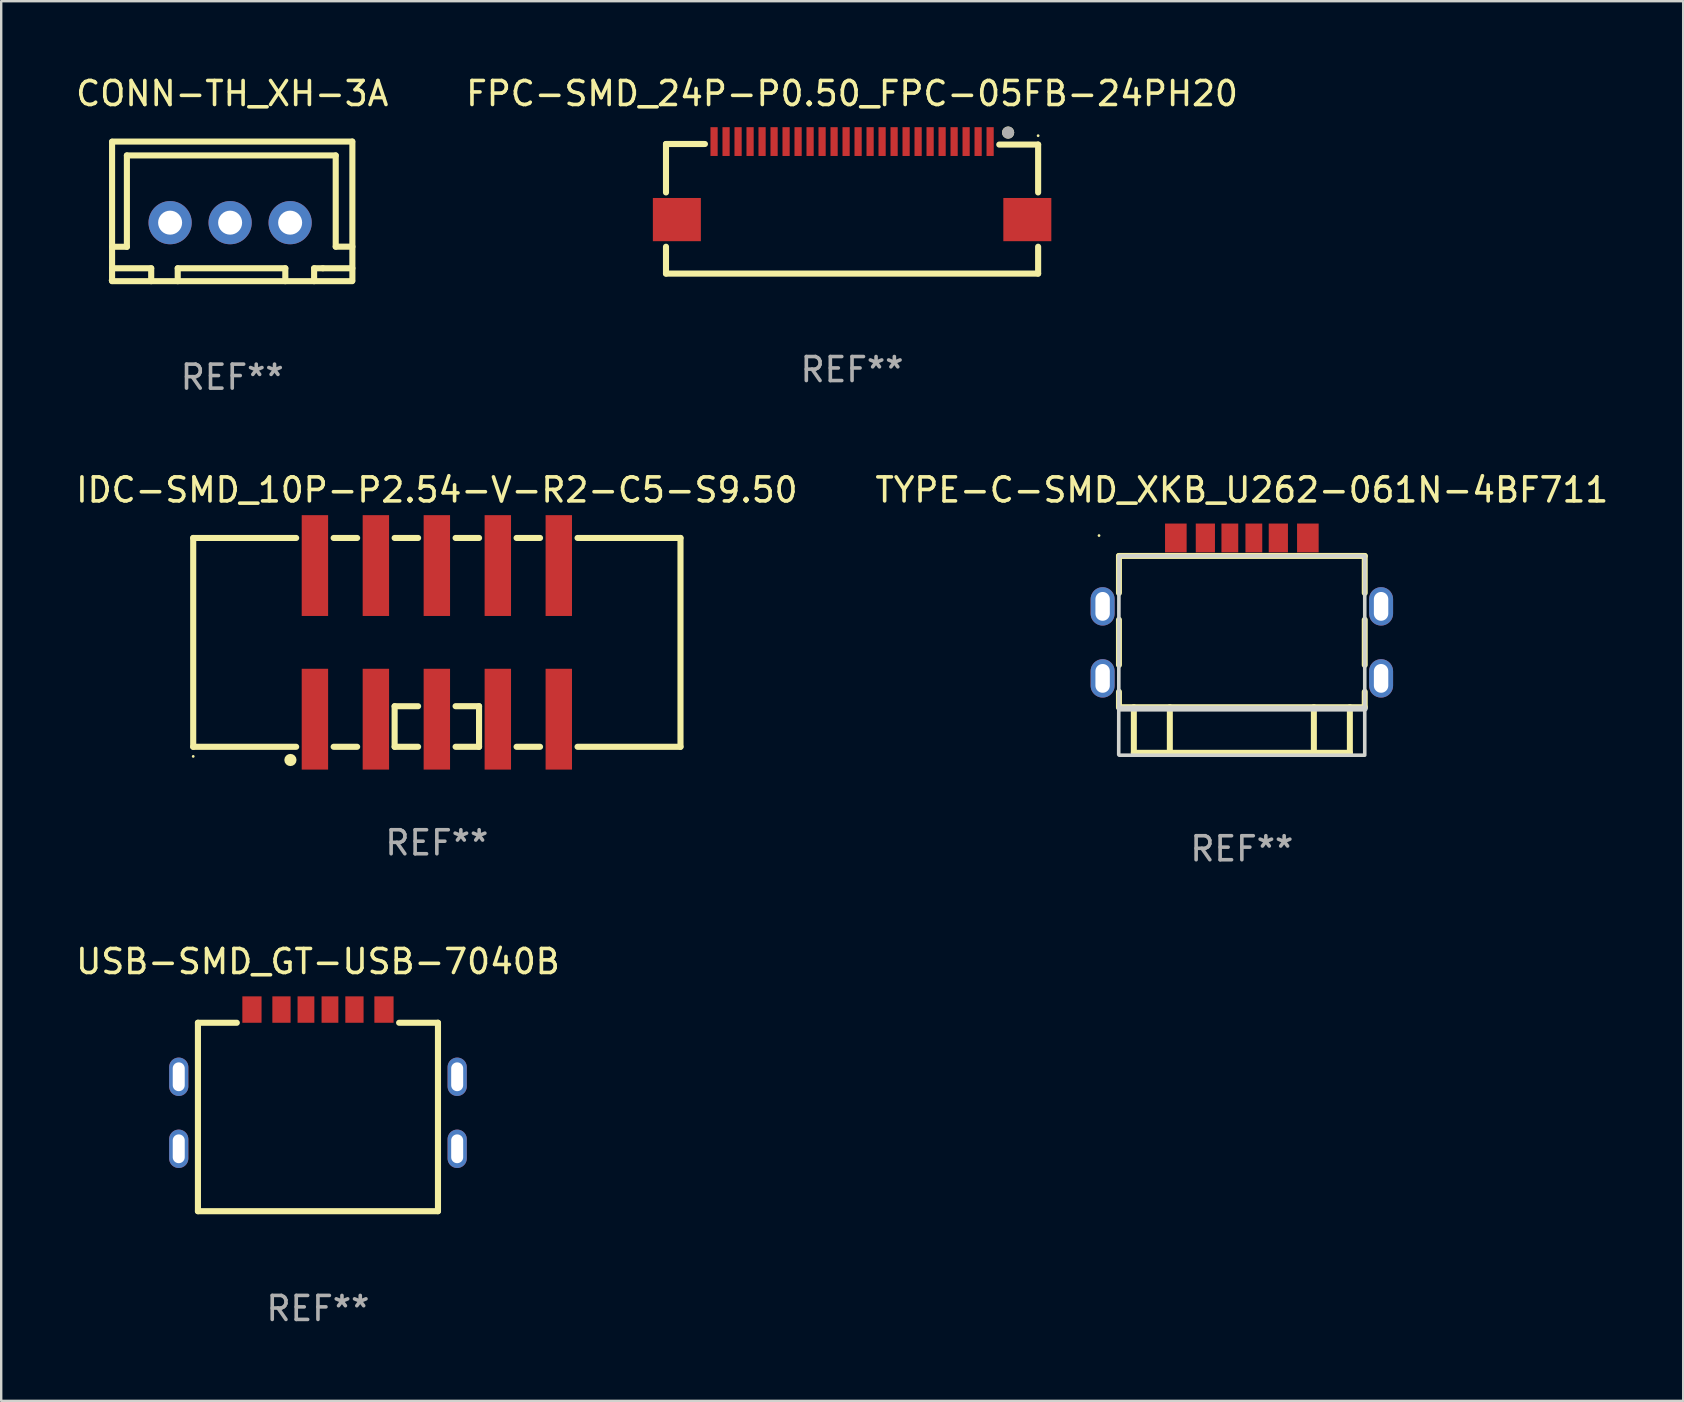
<source format=kicad_pcb>
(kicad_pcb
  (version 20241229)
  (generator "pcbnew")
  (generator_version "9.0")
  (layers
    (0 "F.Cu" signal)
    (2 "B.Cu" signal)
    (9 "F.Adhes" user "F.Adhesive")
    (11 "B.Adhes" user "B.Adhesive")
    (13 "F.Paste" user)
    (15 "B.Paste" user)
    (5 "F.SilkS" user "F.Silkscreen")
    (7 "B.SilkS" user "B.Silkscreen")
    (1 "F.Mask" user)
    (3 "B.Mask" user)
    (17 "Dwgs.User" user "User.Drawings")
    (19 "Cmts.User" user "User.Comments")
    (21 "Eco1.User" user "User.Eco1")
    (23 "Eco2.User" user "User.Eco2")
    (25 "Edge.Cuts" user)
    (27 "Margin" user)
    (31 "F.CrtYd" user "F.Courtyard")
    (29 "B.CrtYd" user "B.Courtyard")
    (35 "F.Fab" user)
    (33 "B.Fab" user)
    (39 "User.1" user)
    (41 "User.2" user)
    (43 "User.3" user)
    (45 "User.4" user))
  (footprint "IDC-SMD_10P-P2.54-V-R2-C5-S9.50"
    (layer "F.Cu")
    (at 15.149 23.711)
    (property "Reference" "IDC-SMD_10P-P2.54-V-R2-C5-S9.50" (at 0.000013 -6.35 0) (layer "F.SilkS") (effects (font (size 1 1) (thickness 0.15))))
    (attr smd)
    (fp_line (start -10.15 -4.35) (end -10.15 4.35) (stroke (width 0.254) (type solid)) (layer "F.SilkS"))
    (fp_line (start -10.15 4.35) (end -5.861 4.35) (stroke (width 0.254) (type solid)) (layer "F.SilkS"))
    (fp_line (start -5.861 -4.35) (end -10.15 -4.35) (stroke (width 0.254) (type solid)) (layer "F.SilkS"))
    (fp_line (start -4.299 4.35) (end -3.321 4.35) (stroke (width 0.254) (type solid)) (layer "F.SilkS"))
    (fp_line (start -3.321 -4.35) (end -4.299 -4.35) (stroke (width 0.254) (type solid)) (layer "F.SilkS"))
    (fp_line (start -1.759 2.66) (end -0.781 2.66) (stroke (width 0.254) (type solid)) (layer "F.SilkS"))
    (fp_line (start -1.759 4.35) (end -1.759 2.66) (stroke (width 0.254) (type solid)) (layer "F.SilkS"))
    (fp_line (start -1.759 4.35) (end -0.781 4.35) (stroke (width 0.254) (type solid)) (layer "F.SilkS"))
    (fp_line (start -0.781 -4.35) (end -1.759 -4.35) (stroke (width 0.254) (type solid)) (layer "F.SilkS"))
    (fp_line (start 0.78 2.659) (end 1.758 2.659) (stroke (width 0.254) (type solid)) (layer "F.SilkS"))
    (fp_line (start 0.781 4.35) (end 1.759 4.35) (stroke (width 0.254) (type solid)) (layer "F.SilkS"))
    (fp_line (start 1.758 2.659) (end 1.758 4.351) (stroke (width 0.254) (type solid)) (layer "F.SilkS"))
    (fp_line (start 1.759 -4.35) (end 0.781 -4.35) (stroke (width 0.254) (type solid)) (layer "F.SilkS"))
    (fp_line (start 3.321 4.35) (end 4.299 4.35) (stroke (width 0.254) (type solid)) (layer "F.SilkS"))
    (fp_line (start 4.299 -4.35) (end 3.321 -4.35) (stroke (width 0.254) (type solid)) (layer "F.SilkS"))
    (fp_line (start 5.861 4.35) (end 10.15 4.35) (stroke (width 0.254) (type solid)) (layer "F.SilkS"))
    (fp_line (start 10.15 -4.35) (end 5.861 -4.35) (stroke (width 0.254) (type solid)) (layer "F.SilkS"))
    (fp_line (start 10.15 4.35) (end 10.15 -4.35) (stroke (width 0.254) (type solid)) (layer "F.SilkS"))
    (fp_circle (center -10.15 4.75) (end -10.12 4.75) (stroke (width 0.06) (type solid)) (fill no) (layer "F.SilkS"))
    (fp_circle (center -6.1 4.9) (end -5.973 4.9) (stroke (width 0.254) (type solid)) (fill no) (layer "F.SilkS"))
    (fp_text user "REF**" (at 0.000013 8.351 0) (layer "F.Fab") (effects (font (size 1 1) (thickness 0.15))))
    (pad "1" smd rect (at -5.08 3.2 90) (size 4.2 1.1) (layers "F.Cu" "F.Mask" "F.Paste"))
    (pad "2" smd rect (at -5.08 -3.2 90) (size 4.2 1.1) (layers "F.Cu" "F.Mask" "F.Paste"))
    (pad "3" smd rect (at -2.54 3.2 90) (size 4.2 1.1) (layers "F.Cu" "F.Mask" "F.Paste"))
    (pad "4" smd rect (at -2.54 -3.2 90) (size 4.2 1.1) (layers "F.Cu" "F.Mask" "F.Paste"))
    (pad "5" smd rect (at -0.000254 3.2 90) (size 4.2 1.1) (layers "F.Cu" "F.Mask" "F.Paste"))
    (pad "6" smd rect (at 0 -3.2 90) (size 4.2 1.1) (layers "F.Cu" "F.Mask" "F.Paste"))
    (pad "7" smd rect (at 2.54 3.2 90) (size 4.2 1.1) (layers "F.Cu" "F.Mask" "F.Paste"))
    (pad "8" smd rect (at 2.54 -3.2 90) (size 4.2 1.1) (layers "F.Cu" "F.Mask" "F.Paste"))
    (pad "9" smd rect (at 5.08 3.2 90) (size 4.2 1.1) (layers "F.Cu" "F.Mask" "F.Paste"))
    (pad "10" smd rect (at 5.08 -3.2 90) (size 4.2 1.1) (layers "F.Cu" "F.Mask" "F.Paste")))
  (footprint "USB-SMD_GT-USB-7040B"
    (layer "F.Cu")
    (at 10.196 41.908)
    (property "Reference" "USB-SMD_GT-USB-7040B" (at 0 -4.9 0) (layer "F.SilkS") (effects (font (size 1 1) (thickness 0.15))))
    (attr through_hole)
    (fp_line (start -5 -2.35) (end -3.381 -2.35) (stroke (width 0.254) (type solid)) (layer "F.SilkS"))
    (fp_line (start -5 5.5) (end -5 -2.35) (stroke (width 0.254) (type solid)) (layer "F.SilkS"))
    (fp_line (start 3.381 -2.35) (end 5 -2.35) (stroke (width 0.254) (type solid)) (layer "F.SilkS"))
    (fp_line (start 5 -2.35) (end 5 5.5) (stroke (width 0.254) (type solid)) (layer "F.SilkS"))
    (fp_line (start 5 5.5) (end -5 5.5) (stroke (width 0.254) (type solid)) (layer "F.SilkS"))
    (fp_text user "REF**" (at 0 9.554 0) (layer "F.Fab") (effects (font (size 1 1) (thickness 0.15))))
    (pad "1" thru_hole oval (at -5.8 -0.1) (size 0.8 1.6) (drill oval 0.5 1.2) (layers "*.Cu" "*.Mask"))
    (pad "2" thru_hole oval (at 5.8 -0.1) (size 0.8 1.6) (drill oval 0.5 1.2) (layers "*.Cu" "*.Mask"))
    (pad "3" thru_hole oval (at -5.8 2.9) (size 0.8 1.6) (drill oval 0.5 1.2) (layers "*.Cu" "*.Mask"))
    (pad "4" thru_hole oval (at 5.8 2.9) (size 0.8 1.6) (drill oval 0.5 1.2) (layers "*.Cu" "*.Mask"))
    (pad "A5" smd rect (at -0.5 -2.9) (size 0.7 1.1) (layers "F.Cu" "F.Mask" "F.Paste"))
    (pad "A9" smd rect (at 1.52 -2.9) (size 0.76 1.1) (layers "F.Cu" "F.Mask" "F.Paste"))
    (pad "A12" smd rect (at 2.75 -2.9) (size 0.8 1.1) (layers "F.Cu" "F.Mask" "F.Paste"))
    (pad "B5" smd rect (at 0.5 -2.9) (size 0.7 1.1) (layers "F.Cu" "F.Mask" "F.Paste"))
    (pad "B9" smd rect (at -1.52 -2.9) (size 0.76 1.1) (layers "F.Cu" "F.Mask" "F.Paste"))
    (pad "B12" smd rect (at -2.75 -2.9) (size 0.8 1.1) (layers "F.Cu" "F.Mask" "F.Paste")))
  (footprint "FPC-SMD_24P-P0.50_FPC-05FB-24PH20"
    (layer "F.Cu")
    (at 32.448 4.473)
    (property "Reference" "FPC-SMD_24P-P0.50_FPC-05FB-24PH20" (at -0.002 -3.625 0) (layer "F.SilkS") (effects (font (size 1 1) (thickness 0.15))))
    (attr smd)
    (fp_line (start -7.753 -1.524) (end -6.131 -1.524) (stroke (width 0.254) (type solid)) (layer "F.SilkS"))
    (fp_line (start -7.753 0.494) (end -7.753 -1.524) (stroke (width 0.254) (type solid)) (layer "F.SilkS"))
    (fp_line (start -7.753 3.875) (end -7.753 2.756) (stroke (width 0.254) (type solid)) (layer "F.SilkS"))
    (fp_line (start 7.75 -1.5) (end 6.131 -1.5) (stroke (width 0.254) (type solid)) (layer "F.SilkS"))
    (fp_line (start 7.75 0.494) (end 7.75 -1.5) (stroke (width 0.254) (type solid)) (layer "F.SilkS"))
    (fp_line (start 7.75 3.875) (end -7.753 3.875) (stroke (width 0.254) (type solid)) (layer "F.SilkS"))
    (fp_line (start 7.75 3.875) (end 7.75 2.756) (stroke (width 0.254) (type solid)) (layer "F.SilkS"))
    (fp_circle (center 6.5 -2) (end 6.627 -2) (stroke (width 0.254) (type solid)) (fill no) (layer "F.SilkS"))
    (fp_circle (center 7.75 -1.87) (end 7.78 -1.87) (stroke (width 0.06) (type solid)) (fill no) (layer "F.SilkS"))
    (fp_circle (center 6.5 -2) (end 6.627 -2) (stroke (width 0.254) (type solid)) (fill no) (layer "F.Fab"))
    (fp_text user "REF**" (at -0.002 7.875 0) (layer "F.Fab") (effects (font (size 1 1) (thickness 0.15))))
    (pad "1" smd rect (at 5.75 -1.625) (size 0.3 1.2) (layers "F.Cu" "F.Mask" "F.Paste"))
    (pad "2" smd rect (at 5.25 -1.625) (size 0.3 1.2) (layers "F.Cu" "F.Mask" "F.Paste"))
    (pad "3" smd rect (at 4.75 -1.625) (size 0.3 1.2) (layers "F.Cu" "F.Mask" "F.Paste"))
    (pad "4" smd rect (at 4.25 -1.625) (size 0.3 1.2) (layers "F.Cu" "F.Mask" "F.Paste"))
    (pad "5" smd rect (at 3.75 -1.625) (size 0.3 1.2) (layers "F.Cu" "F.Mask" "F.Paste"))
    (pad "6" smd rect (at 3.25 -1.625) (size 0.3 1.2) (layers "F.Cu" "F.Mask" "F.Paste"))
    (pad "7" smd rect (at 2.75 -1.625) (size 0.3 1.2) (layers "F.Cu" "F.Mask" "F.Paste"))
    (pad "8" smd rect (at 2.25 -1.625) (size 0.3 1.2) (layers "F.Cu" "F.Mask" "F.Paste"))
    (pad "9" smd rect (at 1.75 -1.625) (size 0.3 1.2) (layers "F.Cu" "F.Mask" "F.Paste"))
    (pad "10" smd rect (at 1.25 -1.625) (size 0.3 1.2) (layers "F.Cu" "F.Mask" "F.Paste"))
    (pad "11" smd rect (at 0.75 -1.625) (size 0.3 1.2) (layers "F.Cu" "F.Mask" "F.Paste"))
    (pad "12" smd rect (at 0.25 -1.625) (size 0.3 1.2) (layers "F.Cu" "F.Mask" "F.Paste"))
    (pad "13" smd rect (at -0.25 -1.625) (size 0.3 1.2) (layers "F.Cu" "F.Mask" "F.Paste"))
    (pad "14" smd rect (at -0.75 -1.625) (size 0.3 1.2) (layers "F.Cu" "F.Mask" "F.Paste"))
    (pad "15" smd rect (at -1.25 -1.625) (size 0.3 1.2) (layers "F.Cu" "F.Mask" "F.Paste"))
    (pad "16" smd rect (at -1.75 -1.625) (size 0.3 1.2) (layers "F.Cu" "F.Mask" "F.Paste"))
    (pad "17" smd rect (at -2.25 -1.625) (size 0.3 1.2) (layers "F.Cu" "F.Mask" "F.Paste"))
    (pad "18" smd rect (at -2.75 -1.625) (size 0.3 1.2) (layers "F.Cu" "F.Mask" "F.Paste"))
    (pad "19" smd rect (at -3.25 -1.625) (size 0.3 1.2) (layers "F.Cu" "F.Mask" "F.Paste"))
    (pad "20" smd rect (at -3.75 -1.625) (size 0.3 1.2) (layers "F.Cu" "F.Mask" "F.Paste"))
    (pad "21" smd rect (at -4.25 -1.625) (size 0.3 1.2) (layers "F.Cu" "F.Mask" "F.Paste"))
    (pad "22" smd rect (at -4.75 -1.625) (size 0.3 1.2) (layers "F.Cu" "F.Mask" "F.Paste"))
    (pad "23" smd rect (at -5.25 -1.625) (size 0.3 1.2) (layers "F.Cu" "F.Mask" "F.Paste"))
    (pad "24" smd rect (at -5.75 -1.625) (size 0.3 1.2) (layers "F.Cu" "F.Mask" "F.Paste"))
    (pad "25" smd rect (at -7.3 1.625) (size 2 1.8) (layers "F.Cu" "F.Mask" "F.Paste"))
    (pad "26" smd rect (at 7.3 1.625) (size 2 1.8) (layers "F.Cu" "F.Mask" "F.Paste")))
  (footprint "TYPE-C-SMD_XKB_U262-061N-4BF711"
    (layer "F.Cu")
    (at 48.685 22.286)
    (property "Reference" "TYPE-C-SMD_XKB_U262-061N-4BF711" (at 0 -4.925 0) (layer "F.SilkS") (effects (font (size 1 1) (thickness 0.15))))
    (attr through_hole)
    (fp_line (start -5.12 -2.175) (end -5.12 -0.634) (stroke (width 0.25) (type solid)) (layer "F.SilkS"))
    (fp_line (start -5.12 0.484) (end -5.12 2.366) (stroke (width 0.25) (type solid)) (layer "F.SilkS"))
    (fp_line (start -5.12 4.125) (end -5.12 3.484) (stroke (width 0.25) (type solid)) (layer "F.SilkS"))
    (fp_line (start -5.12 4.125) (end 5.12 4.125) (stroke (width 0.25) (type solid)) (layer "F.SilkS"))
    (fp_line (start -4.5 6.025) (end -4.5 4.125) (stroke (width 0.25) (type solid)) (layer "F.SilkS"))
    (fp_line (start -3 4.125) (end -3 6.025) (stroke (width 0.25) (type solid)) (layer "F.SilkS"))
    (fp_line (start 3 4.125) (end 3 6.025) (stroke (width 0.25) (type solid)) (layer "F.SilkS"))
    (fp_line (start 4.5 6.025) (end -4.5 6.025) (stroke (width 0.25) (type solid)) (layer "F.SilkS"))
    (fp_line (start 4.5 6.025) (end 4.5 4.125) (stroke (width 0.25) (type solid)) (layer "F.SilkS"))
    (fp_line (start 5.12 -2.175) (end -5.12 -2.175) (stroke (width 0.25) (type solid)) (layer "F.SilkS"))
    (fp_line (start 5.12 -0.634) (end 5.12 -2.175) (stroke (width 0.25) (type solid)) (layer "F.SilkS"))
    (fp_line (start 5.12 2.366) (end 5.12 0.484) (stroke (width 0.25) (type solid)) (layer "F.SilkS"))
    (fp_line (start 5.12 4.125) (end 5.12 3.484) (stroke (width 0.25) (type solid)) (layer "F.SilkS"))
    (fp_circle (center -5.95 -3.025) (end -5.92 -3.025) (stroke (width 0.06) (type solid)) (fill no) (layer "F.SilkS"))
    (fp_line (start -5.09 4.185) (end 5.12 4.185) (stroke (width 0.25) (type solid)) (layer "Edge.Cuts"))
    (fp_poly (pts (xy -5.12 -2.175) (xy 5.12 -2.175) (xy 5.12 6.105) (xy 5.12 6.125) (xy -5.11 6.125) (xy -5.13 6.105)) (stroke (width 0.15) (type solid)) (fill no) (layer "Edge.Cuts"))
    (fp_text user "REF**" (at 0 10.025 0) (layer "F.Fab") (effects (font (size 1 1) (thickness 0.15))))
    (pad "1" thru_hole oval (at -5.8 -0.075) (size 1 1.6) (drill oval 0.6 1.2) (layers "*.Cu" "*.Mask"))
    (pad "2" thru_hole oval (at 5.8 -0.075) (size 1 1.6) (drill oval 0.6 1.2) (layers "*.Cu" "*.Mask"))
    (pad "3" thru_hole oval (at -5.8 2.925) (size 1 1.6) (drill oval 0.6 1.2) (layers "*.Cu" "*.Mask"))
    (pad "4" thru_hole oval (at 5.8 2.925) (size 1 1.6) (drill oval 0.6 1.2) (layers "*.Cu" "*.Mask"))
    (pad "C1" smd rect (at -2.75 -2.925) (size 0.9 1.2) (layers "F.Cu" "F.Mask" "F.Paste"))
    (pad "C2" smd rect (at -1.52 -2.925) (size 0.8 1.2) (layers "F.Cu" "F.Mask" "F.Paste"))
    (pad "C3" smd rect (at -0.5 -2.925) (size 0.7 1.2) (layers "F.Cu" "F.Mask" "F.Paste"))
    (pad "C4" smd rect (at 0.5 -2.925) (size 0.7 1.2) (layers "F.Cu" "F.Mask" "F.Paste"))
    (pad "C5" smd rect (at 1.52 -2.925) (size 0.8 1.2) (layers "F.Cu" "F.Mask" "F.Paste"))
    (pad "C6" smd rect (at 2.75 -2.925) (size 0.9 1.2) (layers "F.Cu" "F.Mask" "F.Paste")))
  (footprint "CONN-TH_XH-3A"
    (layer "F.Cu")
    (at 6.537 6.226)
    (property "Reference" "CONN-TH_XH-3A" (at 0.088 -5.378 0) (layer "F.SilkS") (effects (font (size 1 1) (thickness 0.15))))
    (attr through_hole)
    (fp_line (start -4.918 -3.368) (end -4.918 2.432) (stroke (width 0.254) (type solid)) (layer "F.SilkS"))
    (fp_line (start -4.918 1.005) (end -4.301 1.005) (stroke (width 0.254) (type solid)) (layer "F.SilkS"))
    (fp_line (start -4.915 -3.378) (end 5.085 -3.378) (stroke (width 0.254) (type solid)) (layer "F.SilkS"))
    (fp_line (start -4.915 2.438) (end 5.085 2.438) (stroke (width 0.254) (type solid)) (layer "F.SilkS"))
    (fp_line (start -4.301 -2.8) (end 4.399 -2.8) (stroke (width 0.254) (type solid)) (layer "F.SilkS"))
    (fp_line (start -4.301 1.005) (end -4.301 -2.8) (stroke (width 0.254) (type solid)) (layer "F.SilkS"))
    (fp_line (start -3.288 1.9) (end -4.918 1.9) (stroke (width 0.254) (type solid)) (layer "F.SilkS"))
    (fp_line (start -3.288 2.438) (end -3.288 1.9) (stroke (width 0.254) (type solid)) (layer "F.SilkS"))
    (fp_line (start -2.183 1.9) (end 2.299 1.9) (stroke (width 0.254) (type solid)) (layer "F.SilkS"))
    (fp_line (start -2.183 2.438) (end -2.183 1.9) (stroke (width 0.254) (type solid)) (layer "F.SilkS"))
    (fp_line (start 2.299 1.9) (end 2.299 2.438) (stroke (width 0.254) (type solid)) (layer "F.SilkS"))
    (fp_line (start 3.499 1.9) (end 3.862 1.9) (stroke (width 0.254) (type solid)) (layer "F.SilkS"))
    (fp_line (start 3.499 2.438) (end 3.499 1.9) (stroke (width 0.254) (type solid)) (layer "F.SilkS"))
    (fp_line (start 3.862 1.9) (end 5.093 1.9) (stroke (width 0.254) (type solid)) (layer "F.SilkS"))
    (fp_line (start 4.399 -2.8) (end 4.399 1) (stroke (width 0.254) (type solid)) (layer "F.SilkS"))
    (fp_line (start 4.399 1) (end 5.093 1) (stroke (width 0.254) (type solid)) (layer "F.SilkS"))
    (fp_line (start 5.093 -3.378) (end 5.093 2.413) (stroke (width 0.254) (type solid)) (layer "F.SilkS"))
    (fp_circle (center -5.001 2.4) (end -4.971 2.4) (stroke (width 0.06) (type solid)) (fill no) (layer "F.SilkS"))
    (fp_text user "REF**" (at 0.088 6.438 0) (layer "F.Fab") (effects (font (size 1 1) (thickness 0.15))))
    (pad "1" thru_hole circle (at -2.5 0) (size 1.8 1.8) (drill 1) (layers "*.Cu" "*.Mask"))
    (pad "2" thru_hole circle (at -0.000127 0) (size 1.8 1.8) (drill 1) (layers "*.Cu" "*.Mask"))
    (pad "3" thru_hole circle (at 2.5 0) (size 1.8 1.8) (drill 1) (layers "*.Cu" "*.Mask")))
  (gr_rect
    (start -3 -3)
    (end 67.071 55.31)
    (stroke (width 0.1) (type default))
    (fill no)
    (layer "Edge.Cuts")))
</source>
